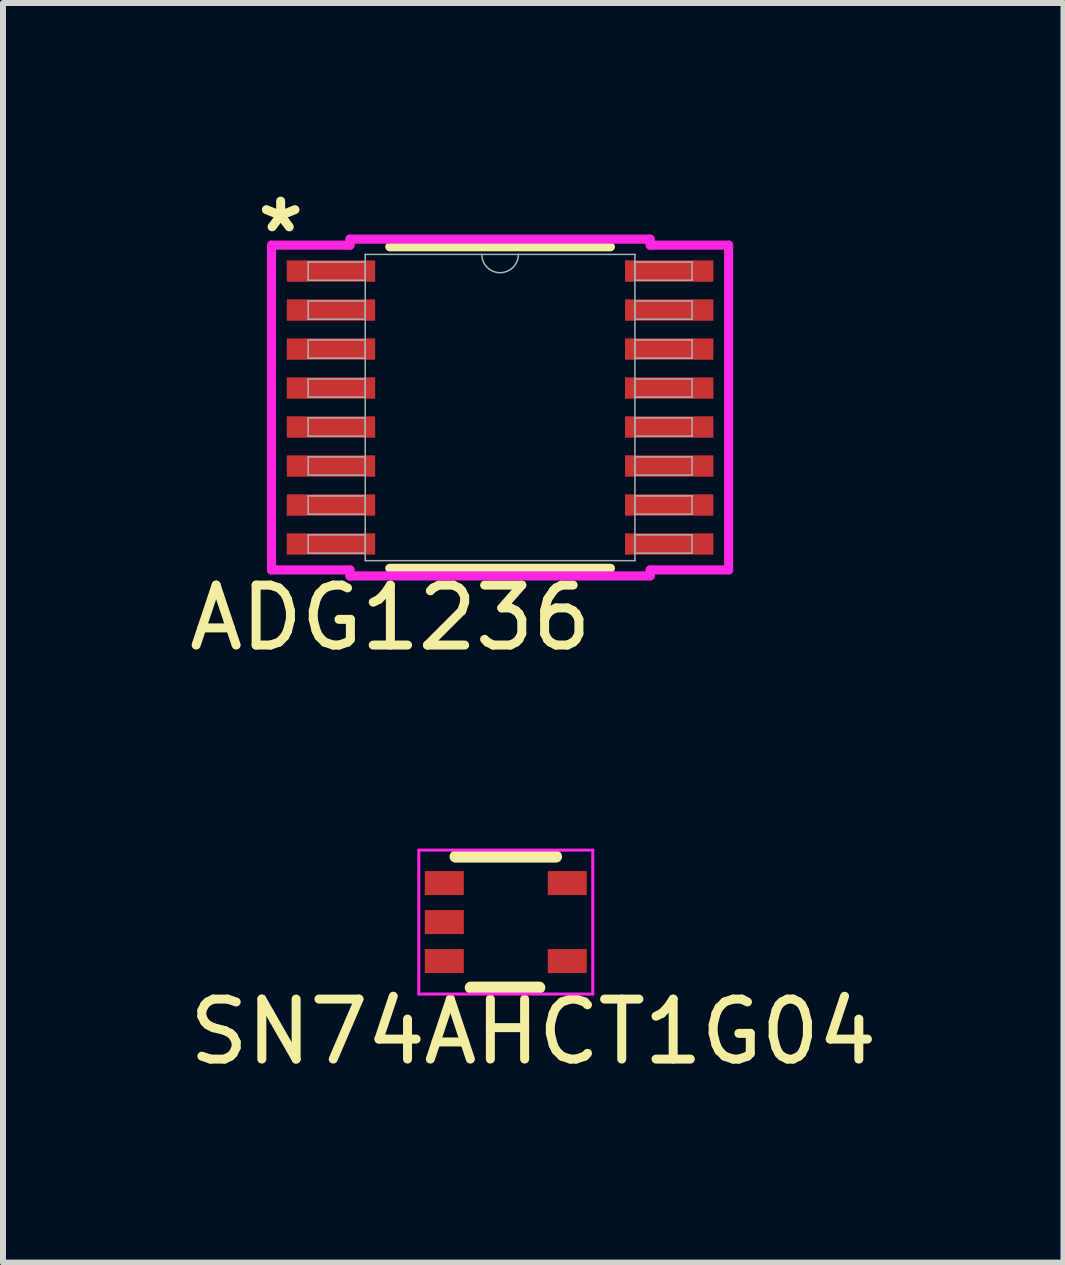
<source format=kicad_pcb>
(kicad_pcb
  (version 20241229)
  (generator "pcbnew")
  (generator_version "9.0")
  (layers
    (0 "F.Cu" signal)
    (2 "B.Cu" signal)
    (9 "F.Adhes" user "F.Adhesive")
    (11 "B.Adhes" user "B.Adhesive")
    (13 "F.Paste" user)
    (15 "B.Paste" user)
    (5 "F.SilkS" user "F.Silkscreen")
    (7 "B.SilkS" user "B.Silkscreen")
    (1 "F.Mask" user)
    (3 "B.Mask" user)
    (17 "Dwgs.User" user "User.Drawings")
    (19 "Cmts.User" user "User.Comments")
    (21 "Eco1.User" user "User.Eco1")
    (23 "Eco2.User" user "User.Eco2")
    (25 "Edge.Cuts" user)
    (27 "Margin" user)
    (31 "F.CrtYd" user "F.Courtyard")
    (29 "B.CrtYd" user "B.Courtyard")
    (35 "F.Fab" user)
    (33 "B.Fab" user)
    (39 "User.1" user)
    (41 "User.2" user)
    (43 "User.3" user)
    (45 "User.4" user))
  (footprint "SN74AHCT1G04"
    (layer "F.Cu")
    (at 5.382 12.322)
    (property "Reference" "SN74AHCT1G04" (at 0.457 1.829 0) (unlocked yes) (layer "F.SilkS") (effects (font (size 1 1) (thickness 0.15))))
    (attr smd)
    (fp_line (start -0.838 -1.092) (end 0.838 -1.092) (stroke (width 0.2) (type solid)) (layer "F.SilkS"))
    (fp_line (start -0.584 1.092) (end 0.559 1.092) (stroke (width 0.2) (type solid)) (layer "F.SilkS"))
    (fp_line (start -1.45 -1.2) (end 1.45 -1.2) (stroke (width 0.05) (type solid)) (layer "F.CrtYd"))
    (fp_line (start -1.45 1.2) (end -1.45 -1.2) (stroke (width 0.05) (type solid)) (layer "F.CrtYd"))
    (fp_line (start -1.45 1.2) (end 1.45 1.2) (stroke (width 0.05) (type solid)) (layer "F.CrtYd"))
    (fp_line (start 1.45 1.2) (end 1.45 -1.2) (stroke (width 0.05) (type solid)) (layer "F.CrtYd"))
    (pad "1" smd rect (at -1.025 -0.65 90) (size 0.4 0.65) (layers "F.Cu" "F.Mask" "F.Paste"))
    (pad "2" smd rect (at -1.025 0 90) (size 0.4 0.65) (layers "F.Cu" "F.Mask" "F.Paste"))
    (pad "3" smd rect (at -1.025 0.65 90) (size 0.4 0.65) (layers "F.Cu" "F.Mask" "F.Paste"))
    (pad "4" smd rect (at 1.025 0.65 90) (size 0.4 0.65) (layers "F.Cu" "F.Mask" "F.Paste"))
    (pad "5" smd rect (at 1.025 -0.65 90) (size 0.4 0.65) (layers "F.Cu" "F.Mask" "F.Paste")))
  (footprint "ADG1236"
    (layer "F.Cu")
    (at 5.287 3.744)
    (property "Reference" "ADG1236" (at -1.829 3.505 0) (unlocked yes) (layer "F.SilkS") (effects (font (size 1 1) (thickness 0.15))))
    (attr smd)
    (fp_line (start -1.839 2.68) (end 1.839 2.68) (stroke (width 0.152) (type solid)) (layer "F.SilkS"))
    (fp_line (start 1.839 -2.68) (end -1.839 -2.68) (stroke (width 0.152) (type solid)) (layer "F.SilkS"))
    (fp_line (start -3.81 -2.707) (end -2.502 -2.707) (stroke (width 0.152) (type solid)) (layer "F.CrtYd"))
    (fp_line (start -3.81 2.707) (end -3.81 -2.707) (stroke (width 0.152) (type solid)) (layer "F.CrtYd"))
    (fp_line (start -3.81 2.707) (end -2.502 2.707) (stroke (width 0.152) (type solid)) (layer "F.CrtYd"))
    (fp_line (start -2.502 -2.807) (end 2.502 -2.807) (stroke (width 0.152) (type solid)) (layer "F.CrtYd"))
    (fp_line (start -2.502 -2.707) (end -2.502 -2.807) (stroke (width 0.152) (type solid)) (layer "F.CrtYd"))
    (fp_line (start -2.502 2.807) (end -2.502 2.707) (stroke (width 0.152) (type solid)) (layer "F.CrtYd"))
    (fp_line (start 2.502 -2.807) (end 2.502 -2.707) (stroke (width 0.152) (type solid)) (layer "F.CrtYd"))
    (fp_line (start 2.502 2.707) (end 2.502 2.807) (stroke (width 0.152) (type solid)) (layer "F.CrtYd"))
    (fp_line (start 2.502 2.807) (end -2.502 2.807) (stroke (width 0.152) (type solid)) (layer "F.CrtYd"))
    (fp_line (start 3.81 -2.707) (end 2.502 -2.707) (stroke (width 0.152) (type solid)) (layer "F.CrtYd"))
    (fp_line (start 3.81 -2.707) (end 3.81 2.707) (stroke (width 0.152) (type solid)) (layer "F.CrtYd"))
    (fp_line (start 3.81 2.707) (end 2.502 2.707) (stroke (width 0.152) (type solid)) (layer "F.CrtYd"))
    (fp_line (start -3.2 -2.427) (end -3.2 -2.123) (stroke (width 0.025) (type solid)) (layer "F.Fab"))
    (fp_line (start -3.2 -2.123) (end -2.248 -2.123) (stroke (width 0.025) (type solid)) (layer "F.Fab"))
    (fp_line (start -3.2 -1.777) (end -3.2 -1.473) (stroke (width 0.025) (type solid)) (layer "F.Fab"))
    (fp_line (start -3.2 -1.473) (end -2.248 -1.473) (stroke (width 0.025) (type solid)) (layer "F.Fab"))
    (fp_line (start -3.2 -1.127) (end -3.2 -0.823) (stroke (width 0.025) (type solid)) (layer "F.Fab"))
    (fp_line (start -3.2 -0.823) (end -2.248 -0.823) (stroke (width 0.025) (type solid)) (layer "F.Fab"))
    (fp_line (start -3.2 -0.477) (end -3.2 -0.173) (stroke (width 0.025) (type solid)) (layer "F.Fab"))
    (fp_line (start -3.2 -0.173) (end -2.248 -0.173) (stroke (width 0.025) (type solid)) (layer "F.Fab"))
    (fp_line (start -3.2 0.173) (end -3.2 0.477) (stroke (width 0.025) (type solid)) (layer "F.Fab"))
    (fp_line (start -3.2 0.477) (end -2.248 0.477) (stroke (width 0.025) (type solid)) (layer "F.Fab"))
    (fp_line (start -3.2 0.823) (end -3.2 1.127) (stroke (width 0.025) (type solid)) (layer "F.Fab"))
    (fp_line (start -3.2 1.127) (end -2.248 1.127) (stroke (width 0.025) (type solid)) (layer "F.Fab"))
    (fp_line (start -3.2 1.473) (end -3.2 1.777) (stroke (width 0.025) (type solid)) (layer "F.Fab"))
    (fp_line (start -3.2 1.777) (end -2.248 1.777) (stroke (width 0.025) (type solid)) (layer "F.Fab"))
    (fp_line (start -3.2 2.123) (end -3.2 2.427) (stroke (width 0.025) (type solid)) (layer "F.Fab"))
    (fp_line (start -3.2 2.427) (end -2.248 2.427) (stroke (width 0.025) (type solid)) (layer "F.Fab"))
    (fp_line (start -2.248 -2.553) (end -2.248 2.553) (stroke (width 0.025) (type solid)) (layer "F.Fab"))
    (fp_line (start -2.248 -2.427) (end -3.2 -2.427) (stroke (width 0.025) (type solid)) (layer "F.Fab"))
    (fp_line (start -2.248 -2.123) (end -2.248 -2.427) (stroke (width 0.025) (type solid)) (layer "F.Fab"))
    (fp_line (start -2.248 -1.777) (end -3.2 -1.777) (stroke (width 0.025) (type solid)) (layer "F.Fab"))
    (fp_line (start -2.248 -1.473) (end -2.248 -1.777) (stroke (width 0.025) (type solid)) (layer "F.Fab"))
    (fp_line (start -2.248 -1.127) (end -3.2 -1.127) (stroke (width 0.025) (type solid)) (layer "F.Fab"))
    (fp_line (start -2.248 -0.823) (end -2.248 -1.127) (stroke (width 0.025) (type solid)) (layer "F.Fab"))
    (fp_line (start -2.248 -0.477) (end -3.2 -0.477) (stroke (width 0.025) (type solid)) (layer "F.Fab"))
    (fp_line (start -2.248 -0.173) (end -2.248 -0.477) (stroke (width 0.025) (type solid)) (layer "F.Fab"))
    (fp_line (start -2.248 0.173) (end -3.2 0.173) (stroke (width 0.025) (type solid)) (layer "F.Fab"))
    (fp_line (start -2.248 0.477) (end -2.248 0.173) (stroke (width 0.025) (type solid)) (layer "F.Fab"))
    (fp_line (start -2.248 0.823) (end -3.2 0.823) (stroke (width 0.025) (type solid)) (layer "F.Fab"))
    (fp_line (start -2.248 1.127) (end -2.248 0.823) (stroke (width 0.025) (type solid)) (layer "F.Fab"))
    (fp_line (start -2.248 1.473) (end -3.2 1.473) (stroke (width 0.025) (type solid)) (layer "F.Fab"))
    (fp_line (start -2.248 1.777) (end -2.248 1.473) (stroke (width 0.025) (type solid)) (layer "F.Fab"))
    (fp_line (start -2.248 2.123) (end -3.2 2.123) (stroke (width 0.025) (type solid)) (layer "F.Fab"))
    (fp_line (start -2.248 2.427) (end -2.248 2.123) (stroke (width 0.025) (type solid)) (layer "F.Fab"))
    (fp_line (start -2.248 2.553) (end 2.248 2.553) (stroke (width 0.025) (type solid)) (layer "F.Fab"))
    (fp_line (start 2.248 -2.553) (end -2.248 -2.553) (stroke (width 0.025) (type solid)) (layer "F.Fab"))
    (fp_line (start 2.248 -2.427) (end 2.248 -2.123) (stroke (width 0.025) (type solid)) (layer "F.Fab"))
    (fp_line (start 2.248 -2.123) (end 3.2 -2.123) (stroke (width 0.025) (type solid)) (layer "F.Fab"))
    (fp_line (start 2.248 -1.777) (end 2.248 -1.473) (stroke (width 0.025) (type solid)) (layer "F.Fab"))
    (fp_line (start 2.248 -1.473) (end 3.2 -1.473) (stroke (width 0.025) (type solid)) (layer "F.Fab"))
    (fp_line (start 2.248 -1.127) (end 2.248 -0.823) (stroke (width 0.025) (type solid)) (layer "F.Fab"))
    (fp_line (start 2.248 -0.823) (end 3.2 -0.823) (stroke (width 0.025) (type solid)) (layer "F.Fab"))
    (fp_line (start 2.248 -0.477) (end 2.248 -0.173) (stroke (width 0.025) (type solid)) (layer "F.Fab"))
    (fp_line (start 2.248 -0.173) (end 3.2 -0.173) (stroke (width 0.025) (type solid)) (layer "F.Fab"))
    (fp_line (start 2.248 0.173) (end 2.248 0.477) (stroke (width 0.025) (type solid)) (layer "F.Fab"))
    (fp_line (start 2.248 0.477) (end 3.2 0.477) (stroke (width 0.025) (type solid)) (layer "F.Fab"))
    (fp_line (start 2.248 0.823) (end 2.248 1.127) (stroke (width 0.025) (type solid)) (layer "F.Fab"))
    (fp_line (start 2.248 1.127) (end 3.2 1.127) (stroke (width 0.025) (type solid)) (layer "F.Fab"))
    (fp_line (start 2.248 1.473) (end 2.248 1.777) (stroke (width 0.025) (type solid)) (layer "F.Fab"))
    (fp_line (start 2.248 1.777) (end 3.2 1.777) (stroke (width 0.025) (type solid)) (layer "F.Fab"))
    (fp_line (start 2.248 2.123) (end 2.248 2.427) (stroke (width 0.025) (type solid)) (layer "F.Fab"))
    (fp_line (start 2.248 2.427) (end 3.2 2.427) (stroke (width 0.025) (type solid)) (layer "F.Fab"))
    (fp_line (start 2.248 2.553) (end 2.248 -2.553) (stroke (width 0.025) (type solid)) (layer "F.Fab"))
    (fp_line (start 3.2 -2.427) (end 2.248 -2.427) (stroke (width 0.025) (type solid)) (layer "F.Fab"))
    (fp_line (start 3.2 -2.123) (end 3.2 -2.427) (stroke (width 0.025) (type solid)) (layer "F.Fab"))
    (fp_line (start 3.2 -1.777) (end 2.248 -1.777) (stroke (width 0.025) (type solid)) (layer "F.Fab"))
    (fp_line (start 3.2 -1.473) (end 3.2 -1.777) (stroke (width 0.025) (type solid)) (layer "F.Fab"))
    (fp_line (start 3.2 -1.127) (end 2.248 -1.127) (stroke (width 0.025) (type solid)) (layer "F.Fab"))
    (fp_line (start 3.2 -0.823) (end 3.2 -1.127) (stroke (width 0.025) (type solid)) (layer "F.Fab"))
    (fp_line (start 3.2 -0.477) (end 2.248 -0.477) (stroke (width 0.025) (type solid)) (layer "F.Fab"))
    (fp_line (start 3.2 -0.173) (end 3.2 -0.477) (stroke (width 0.025) (type solid)) (layer "F.Fab"))
    (fp_line (start 3.2 0.173) (end 2.248 0.173) (stroke (width 0.025) (type solid)) (layer "F.Fab"))
    (fp_line (start 3.2 0.477) (end 3.2 0.173) (stroke (width 0.025) (type solid)) (layer "F.Fab"))
    (fp_line (start 3.2 0.823) (end 2.248 0.823) (stroke (width 0.025) (type solid)) (layer "F.Fab"))
    (fp_line (start 3.2 1.127) (end 3.2 0.823) (stroke (width 0.025) (type solid)) (layer "F.Fab"))
    (fp_line (start 3.2 1.473) (end 2.248 1.473) (stroke (width 0.025) (type solid)) (layer "F.Fab"))
    (fp_line (start 3.2 1.777) (end 3.2 1.473) (stroke (width 0.025) (type solid)) (layer "F.Fab"))
    (fp_line (start 3.2 2.123) (end 2.248 2.123) (stroke (width 0.025) (type solid)) (layer "F.Fab"))
    (fp_line (start 3.2 2.427) (end 3.2 2.123) (stroke (width 0.025) (type solid)) (layer "F.Fab"))
    (fp_arc (start 0.3048 -2.5527) (mid 0 -2.2479) (end -0.3048 -2.5527) (stroke (width 0.0254) (type solid)) (layer "F.Fab"))
    (fp_text user "*" (at -3.658 -2.896 0) (unlocked yes) (layer "F.SilkS") (effects (font (size 1 1) (thickness 0.15))))
    (pad "1" smd rect (at -2.819 -2.275) (size 1.473 0.356) (layers "F.Cu" "F.Mask" "F.Paste"))
    (pad "2" smd rect (at -2.819 -1.625) (size 1.473 0.356) (layers "F.Cu" "F.Mask" "F.Paste"))
    (pad "3" smd rect (at -2.819 -0.975) (size 1.473 0.356) (layers "F.Cu" "F.Mask" "F.Paste"))
    (pad "4" smd rect (at -2.819 -0.325) (size 1.473 0.356) (layers "F.Cu" "F.Mask" "F.Paste"))
    (pad "5" smd rect (at -2.819 0.325) (size 1.473 0.356) (layers "F.Cu" "F.Mask" "F.Paste"))
    (pad "6" smd rect (at -2.819 0.975) (size 1.473 0.356) (layers "F.Cu" "F.Mask" "F.Paste"))
    (pad "7" smd rect (at -2.819 1.625) (size 1.473 0.356) (layers "F.Cu" "F.Mask" "F.Paste"))
    (pad "8" smd rect (at -2.819 2.275) (size 1.473 0.356) (layers "F.Cu" "F.Mask" "F.Paste"))
    (pad "9" smd rect (at 2.819 2.275) (size 1.473 0.356) (layers "F.Cu" "F.Mask" "F.Paste"))
    (pad "10" smd rect (at 2.819 1.625) (size 1.473 0.356) (layers "F.Cu" "F.Mask" "F.Paste"))
    (pad "11" smd rect (at 2.819 0.975) (size 1.473 0.356) (layers "F.Cu" "F.Mask" "F.Paste"))
    (pad "12" smd rect (at 2.819 0.325) (size 1.473 0.356) (layers "F.Cu" "F.Mask" "F.Paste"))
    (pad "13" smd rect (at 2.819 -0.325) (size 1.473 0.356) (layers "F.Cu" "F.Mask" "F.Paste"))
    (pad "14" smd rect (at 2.819 -0.975) (size 1.473 0.356) (layers "F.Cu" "F.Mask" "F.Paste"))
    (pad "15" smd rect (at 2.819 -1.625) (size 1.473 0.356) (layers "F.Cu" "F.Mask" "F.Paste"))
    (pad "16" smd rect (at 2.819 -2.275) (size 1.473 0.356) (layers "F.Cu" "F.Mask" "F.Paste")))
  (gr_rect
    (start -3 -3)
    (end 14.679 17.999)
    (stroke (width 0.1) (type default))
    (fill no)
    (layer "Edge.Cuts")))
</source>
